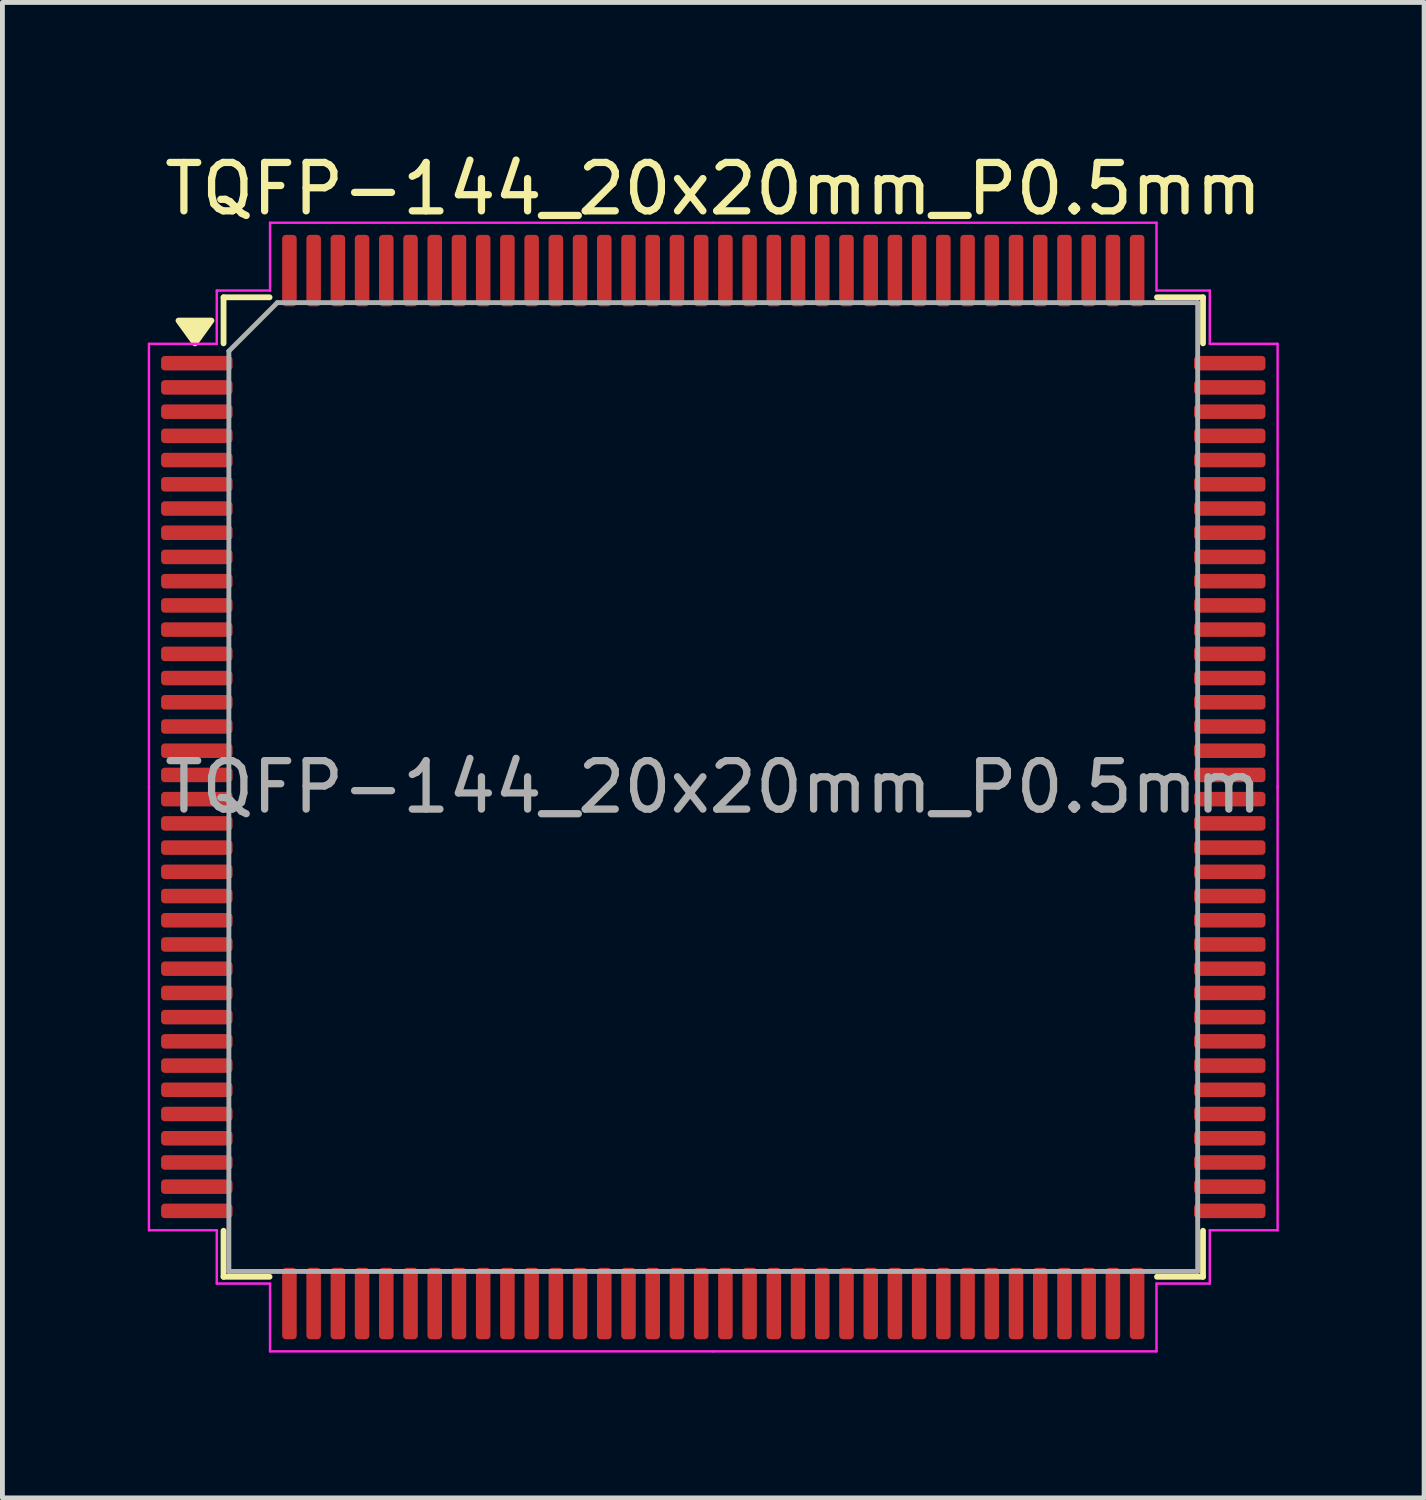
<source format=kicad_pcb>
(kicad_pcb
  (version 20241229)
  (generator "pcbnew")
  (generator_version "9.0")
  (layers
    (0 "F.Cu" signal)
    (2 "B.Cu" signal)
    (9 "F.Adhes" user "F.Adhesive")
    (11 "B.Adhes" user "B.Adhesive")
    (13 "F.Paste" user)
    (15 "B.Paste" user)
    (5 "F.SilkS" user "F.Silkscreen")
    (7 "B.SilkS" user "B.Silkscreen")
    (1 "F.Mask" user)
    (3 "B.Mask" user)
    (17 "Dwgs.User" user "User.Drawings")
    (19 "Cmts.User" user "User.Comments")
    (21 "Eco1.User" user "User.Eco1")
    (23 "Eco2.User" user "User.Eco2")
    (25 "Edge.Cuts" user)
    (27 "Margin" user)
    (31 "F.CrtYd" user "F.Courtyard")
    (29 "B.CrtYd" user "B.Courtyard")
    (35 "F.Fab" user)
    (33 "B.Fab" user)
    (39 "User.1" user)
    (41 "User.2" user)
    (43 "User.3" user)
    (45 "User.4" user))
  (footprint "TQFP-144_20x20mm_P0.5mm"
    (layer "F.Cu")
    (at 11.675 13.198)
    (property "Reference" "TQFP-144_20x20mm_P0.5mm" (at 0 -12.35 0) (layer "F.SilkS") (effects (font (size 1 1) (thickness 0.15))))
    (attr smd)
    (fp_line (start -10.11 -10.11) (end -10.11 -9.16) (stroke (width 0.12) (type solid)) (layer "F.SilkS"))
    (fp_line (start -10.11 10.11) (end -10.11 9.16) (stroke (width 0.12) (type solid)) (layer "F.SilkS"))
    (fp_line (start -9.16 -10.11) (end -10.11 -10.11) (stroke (width 0.12) (type solid)) (layer "F.SilkS"))
    (fp_line (start -9.16 10.11) (end -10.11 10.11) (stroke (width 0.12) (type solid)) (layer "F.SilkS"))
    (fp_line (start 9.16 -10.11) (end 10.11 -10.11) (stroke (width 0.12) (type solid)) (layer "F.SilkS"))
    (fp_line (start 9.16 10.11) (end 10.11 10.11) (stroke (width 0.12) (type solid)) (layer "F.SilkS"))
    (fp_line (start 10.11 -10.11) (end 10.11 -9.16) (stroke (width 0.12) (type solid)) (layer "F.SilkS"))
    (fp_line (start 10.11 10.11) (end 10.11 9.16) (stroke (width 0.12) (type solid)) (layer "F.SilkS"))
    (fp_poly (pts (xy -10.7 -9.16) (xy -11.04 -9.63) (xy -10.36 -9.63) (xy -10.7 -9.16)) (stroke (width 0.12) (type solid)) (fill yes) (layer "F.SilkS"))
    (fp_line (start -11.65 -9.15) (end -11.65 0) (stroke (width 0.05) (type solid)) (layer "F.CrtYd"))
    (fp_line (start -11.65 9.15) (end -11.65 0) (stroke (width 0.05) (type solid)) (layer "F.CrtYd"))
    (fp_line (start -10.25 -10.25) (end -10.25 -9.15) (stroke (width 0.05) (type solid)) (layer "F.CrtYd"))
    (fp_line (start -10.25 -9.15) (end -11.65 -9.15) (stroke (width 0.05) (type solid)) (layer "F.CrtYd"))
    (fp_line (start -10.25 9.15) (end -11.65 9.15) (stroke (width 0.05) (type solid)) (layer "F.CrtYd"))
    (fp_line (start -10.25 10.25) (end -10.25 9.15) (stroke (width 0.05) (type solid)) (layer "F.CrtYd"))
    (fp_line (start -9.15 -11.65) (end -9.15 -10.25) (stroke (width 0.05) (type solid)) (layer "F.CrtYd"))
    (fp_line (start -9.15 -10.25) (end -10.25 -10.25) (stroke (width 0.05) (type solid)) (layer "F.CrtYd"))
    (fp_line (start -9.15 10.25) (end -10.25 10.25) (stroke (width 0.05) (type solid)) (layer "F.CrtYd"))
    (fp_line (start -9.15 11.65) (end -9.15 10.25) (stroke (width 0.05) (type solid)) (layer "F.CrtYd"))
    (fp_line (start 0 -11.65) (end -9.15 -11.65) (stroke (width 0.05) (type solid)) (layer "F.CrtYd"))
    (fp_line (start 0 -11.65) (end 9.15 -11.65) (stroke (width 0.05) (type solid)) (layer "F.CrtYd"))
    (fp_line (start 0 11.65) (end -9.15 11.65) (stroke (width 0.05) (type solid)) (layer "F.CrtYd"))
    (fp_line (start 0 11.65) (end 9.15 11.65) (stroke (width 0.05) (type solid)) (layer "F.CrtYd"))
    (fp_line (start 9.15 -11.65) (end 9.15 -10.25) (stroke (width 0.05) (type solid)) (layer "F.CrtYd"))
    (fp_line (start 9.15 -10.25) (end 10.25 -10.25) (stroke (width 0.05) (type solid)) (layer "F.CrtYd"))
    (fp_line (start 9.15 10.25) (end 10.25 10.25) (stroke (width 0.05) (type solid)) (layer "F.CrtYd"))
    (fp_line (start 9.15 11.65) (end 9.15 10.25) (stroke (width 0.05) (type solid)) (layer "F.CrtYd"))
    (fp_line (start 10.25 -10.25) (end 10.25 -9.15) (stroke (width 0.05) (type solid)) (layer "F.CrtYd"))
    (fp_line (start 10.25 -9.15) (end 11.65 -9.15) (stroke (width 0.05) (type solid)) (layer "F.CrtYd"))
    (fp_line (start 10.25 9.15) (end 11.65 9.15) (stroke (width 0.05) (type solid)) (layer "F.CrtYd"))
    (fp_line (start 10.25 10.25) (end 10.25 9.15) (stroke (width 0.05) (type solid)) (layer "F.CrtYd"))
    (fp_line (start 11.65 -9.15) (end 11.65 0) (stroke (width 0.05) (type solid)) (layer "F.CrtYd"))
    (fp_line (start 11.65 9.15) (end 11.65 0) (stroke (width 0.05) (type solid)) (layer "F.CrtYd"))
    (fp_line (start -10 -9) (end -9 -10) (stroke (width 0.1) (type solid)) (layer "F.Fab"))
    (fp_line (start -10 10) (end -10 -9) (stroke (width 0.1) (type solid)) (layer "F.Fab"))
    (fp_line (start -9 -10) (end 10 -10) (stroke (width 0.1) (type solid)) (layer "F.Fab"))
    (fp_line (start 10 -10) (end 10 10) (stroke (width 0.1) (type solid)) (layer "F.Fab"))
    (fp_line (start 10 10) (end -10 10) (stroke (width 0.1) (type solid)) (layer "F.Fab"))
    (fp_text user "${REFERENCE}" (at 0 0 0) (layer "F.Fab") (effects (font (size 1 1) (thickness 0.15))))
    (pad "1" smd roundrect (at -10.662 -8.75) (size 1.475 0.3) (layers "F.Cu" "F.Mask" "F.Paste") (roundrect_rratio 0.25))
    (pad "2" smd roundrect (at -10.662 -8.25) (size 1.475 0.3) (layers "F.Cu" "F.Mask" "F.Paste") (roundrect_rratio 0.25))
    (pad "3" smd roundrect (at -10.662 -7.75) (size 1.475 0.3) (layers "F.Cu" "F.Mask" "F.Paste") (roundrect_rratio 0.25))
    (pad "4" smd roundrect (at -10.662 -7.25) (size 1.475 0.3) (layers "F.Cu" "F.Mask" "F.Paste") (roundrect_rratio 0.25))
    (pad "5" smd roundrect (at -10.662 -6.75) (size 1.475 0.3) (layers "F.Cu" "F.Mask" "F.Paste") (roundrect_rratio 0.25))
    (pad "6" smd roundrect (at -10.662 -6.25) (size 1.475 0.3) (layers "F.Cu" "F.Mask" "F.Paste") (roundrect_rratio 0.25))
    (pad "7" smd roundrect (at -10.662 -5.75) (size 1.475 0.3) (layers "F.Cu" "F.Mask" "F.Paste") (roundrect_rratio 0.25))
    (pad "8" smd roundrect (at -10.662 -5.25) (size 1.475 0.3) (layers "F.Cu" "F.Mask" "F.Paste") (roundrect_rratio 0.25))
    (pad "9" smd roundrect (at -10.662 -4.75) (size 1.475 0.3) (layers "F.Cu" "F.Mask" "F.Paste") (roundrect_rratio 0.25))
    (pad "10" smd roundrect (at -10.662 -4.25) (size 1.475 0.3) (layers "F.Cu" "F.Mask" "F.Paste") (roundrect_rratio 0.25))
    (pad "11" smd roundrect (at -10.662 -3.75) (size 1.475 0.3) (layers "F.Cu" "F.Mask" "F.Paste") (roundrect_rratio 0.25))
    (pad "12" smd roundrect (at -10.662 -3.25) (size 1.475 0.3) (layers "F.Cu" "F.Mask" "F.Paste") (roundrect_rratio 0.25))
    (pad "13" smd roundrect (at -10.662 -2.75) (size 1.475 0.3) (layers "F.Cu" "F.Mask" "F.Paste") (roundrect_rratio 0.25))
    (pad "14" smd roundrect (at -10.662 -2.25) (size 1.475 0.3) (layers "F.Cu" "F.Mask" "F.Paste") (roundrect_rratio 0.25))
    (pad "15" smd roundrect (at -10.662 -1.75) (size 1.475 0.3) (layers "F.Cu" "F.Mask" "F.Paste") (roundrect_rratio 0.25))
    (pad "16" smd roundrect (at -10.662 -1.25) (size 1.475 0.3) (layers "F.Cu" "F.Mask" "F.Paste") (roundrect_rratio 0.25))
    (pad "17" smd roundrect (at -10.662 -0.75) (size 1.475 0.3) (layers "F.Cu" "F.Mask" "F.Paste") (roundrect_rratio 0.25))
    (pad "18" smd roundrect (at -10.662 -0.25) (size 1.475 0.3) (layers "F.Cu" "F.Mask" "F.Paste") (roundrect_rratio 0.25))
    (pad "19" smd roundrect (at -10.662 0.25) (size 1.475 0.3) (layers "F.Cu" "F.Mask" "F.Paste") (roundrect_rratio 0.25))
    (pad "20" smd roundrect (at -10.662 0.75) (size 1.475 0.3) (layers "F.Cu" "F.Mask" "F.Paste") (roundrect_rratio 0.25))
    (pad "21" smd roundrect (at -10.662 1.25) (size 1.475 0.3) (layers "F.Cu" "F.Mask" "F.Paste") (roundrect_rratio 0.25))
    (pad "22" smd roundrect (at -10.662 1.75) (size 1.475 0.3) (layers "F.Cu" "F.Mask" "F.Paste") (roundrect_rratio 0.25))
    (pad "23" smd roundrect (at -10.662 2.25) (size 1.475 0.3) (layers "F.Cu" "F.Mask" "F.Paste") (roundrect_rratio 0.25))
    (pad "24" smd roundrect (at -10.662 2.75) (size 1.475 0.3) (layers "F.Cu" "F.Mask" "F.Paste") (roundrect_rratio 0.25))
    (pad "25" smd roundrect (at -10.662 3.25) (size 1.475 0.3) (layers "F.Cu" "F.Mask" "F.Paste") (roundrect_rratio 0.25))
    (pad "26" smd roundrect (at -10.662 3.75) (size 1.475 0.3) (layers "F.Cu" "F.Mask" "F.Paste") (roundrect_rratio 0.25))
    (pad "27" smd roundrect (at -10.662 4.25) (size 1.475 0.3) (layers "F.Cu" "F.Mask" "F.Paste") (roundrect_rratio 0.25))
    (pad "28" smd roundrect (at -10.662 4.75) (size 1.475 0.3) (layers "F.Cu" "F.Mask" "F.Paste") (roundrect_rratio 0.25))
    (pad "29" smd roundrect (at -10.662 5.25) (size 1.475 0.3) (layers "F.Cu" "F.Mask" "F.Paste") (roundrect_rratio 0.25))
    (pad "30" smd roundrect (at -10.662 5.75) (size 1.475 0.3) (layers "F.Cu" "F.Mask" "F.Paste") (roundrect_rratio 0.25))
    (pad "31" smd roundrect (at -10.662 6.25) (size 1.475 0.3) (layers "F.Cu" "F.Mask" "F.Paste") (roundrect_rratio 0.25))
    (pad "32" smd roundrect (at -10.662 6.75) (size 1.475 0.3) (layers "F.Cu" "F.Mask" "F.Paste") (roundrect_rratio 0.25))
    (pad "33" smd roundrect (at -10.662 7.25) (size 1.475 0.3) (layers "F.Cu" "F.Mask" "F.Paste") (roundrect_rratio 0.25))
    (pad "34" smd roundrect (at -10.662 7.75) (size 1.475 0.3) (layers "F.Cu" "F.Mask" "F.Paste") (roundrect_rratio 0.25))
    (pad "35" smd roundrect (at -10.662 8.25) (size 1.475 0.3) (layers "F.Cu" "F.Mask" "F.Paste") (roundrect_rratio 0.25))
    (pad "36" smd roundrect (at -10.662 8.75) (size 1.475 0.3) (layers "F.Cu" "F.Mask" "F.Paste") (roundrect_rratio 0.25))
    (pad "37" smd roundrect (at -8.75 10.662) (size 0.3 1.475) (layers "F.Cu" "F.Mask" "F.Paste") (roundrect_rratio 0.25))
    (pad "38" smd roundrect (at -8.25 10.662) (size 0.3 1.475) (layers "F.Cu" "F.Mask" "F.Paste") (roundrect_rratio 0.25))
    (pad "39" smd roundrect (at -7.75 10.662) (size 0.3 1.475) (layers "F.Cu" "F.Mask" "F.Paste") (roundrect_rratio 0.25))
    (pad "40" smd roundrect (at -7.25 10.662) (size 0.3 1.475) (layers "F.Cu" "F.Mask" "F.Paste") (roundrect_rratio 0.25))
    (pad "41" smd roundrect (at -6.75 10.662) (size 0.3 1.475) (layers "F.Cu" "F.Mask" "F.Paste") (roundrect_rratio 0.25))
    (pad "42" smd roundrect (at -6.25 10.662) (size 0.3 1.475) (layers "F.Cu" "F.Mask" "F.Paste") (roundrect_rratio 0.25))
    (pad "43" smd roundrect (at -5.75 10.662) (size 0.3 1.475) (layers "F.Cu" "F.Mask" "F.Paste") (roundrect_rratio 0.25))
    (pad "44" smd roundrect (at -5.25 10.662) (size 0.3 1.475) (layers "F.Cu" "F.Mask" "F.Paste") (roundrect_rratio 0.25))
    (pad "45" smd roundrect (at -4.75 10.662) (size 0.3 1.475) (layers "F.Cu" "F.Mask" "F.Paste") (roundrect_rratio 0.25))
    (pad "46" smd roundrect (at -4.25 10.662) (size 0.3 1.475) (layers "F.Cu" "F.Mask" "F.Paste") (roundrect_rratio 0.25))
    (pad "47" smd roundrect (at -3.75 10.662) (size 0.3 1.475) (layers "F.Cu" "F.Mask" "F.Paste") (roundrect_rratio 0.25))
    (pad "48" smd roundrect (at -3.25 10.662) (size 0.3 1.475) (layers "F.Cu" "F.Mask" "F.Paste") (roundrect_rratio 0.25))
    (pad "49" smd roundrect (at -2.75 10.662) (size 0.3 1.475) (layers "F.Cu" "F.Mask" "F.Paste") (roundrect_rratio 0.25))
    (pad "50" smd roundrect (at -2.25 10.662) (size 0.3 1.475) (layers "F.Cu" "F.Mask" "F.Paste") (roundrect_rratio 0.25))
    (pad "51" smd roundrect (at -1.75 10.662) (size 0.3 1.475) (layers "F.Cu" "F.Mask" "F.Paste") (roundrect_rratio 0.25))
    (pad "52" smd roundrect (at -1.25 10.662) (size 0.3 1.475) (layers "F.Cu" "F.Mask" "F.Paste") (roundrect_rratio 0.25))
    (pad "53" smd roundrect (at -0.75 10.662) (size 0.3 1.475) (layers "F.Cu" "F.Mask" "F.Paste") (roundrect_rratio 0.25))
    (pad "54" smd roundrect (at -0.25 10.662) (size 0.3 1.475) (layers "F.Cu" "F.Mask" "F.Paste") (roundrect_rratio 0.25))
    (pad "55" smd roundrect (at 0.25 10.662) (size 0.3 1.475) (layers "F.Cu" "F.Mask" "F.Paste") (roundrect_rratio 0.25))
    (pad "56" smd roundrect (at 0.75 10.662) (size 0.3 1.475) (layers "F.Cu" "F.Mask" "F.Paste") (roundrect_rratio 0.25))
    (pad "57" smd roundrect (at 1.25 10.662) (size 0.3 1.475) (layers "F.Cu" "F.Mask" "F.Paste") (roundrect_rratio 0.25))
    (pad "58" smd roundrect (at 1.75 10.662) (size 0.3 1.475) (layers "F.Cu" "F.Mask" "F.Paste") (roundrect_rratio 0.25))
    (pad "59" smd roundrect (at 2.25 10.662) (size 0.3 1.475) (layers "F.Cu" "F.Mask" "F.Paste") (roundrect_rratio 0.25))
    (pad "60" smd roundrect (at 2.75 10.662) (size 0.3 1.475) (layers "F.Cu" "F.Mask" "F.Paste") (roundrect_rratio 0.25))
    (pad "61" smd roundrect (at 3.25 10.662) (size 0.3 1.475) (layers "F.Cu" "F.Mask" "F.Paste") (roundrect_rratio 0.25))
    (pad "62" smd roundrect (at 3.75 10.662) (size 0.3 1.475) (layers "F.Cu" "F.Mask" "F.Paste") (roundrect_rratio 0.25))
    (pad "63" smd roundrect (at 4.25 10.662) (size 0.3 1.475) (layers "F.Cu" "F.Mask" "F.Paste") (roundrect_rratio 0.25))
    (pad "64" smd roundrect (at 4.75 10.662) (size 0.3 1.475) (layers "F.Cu" "F.Mask" "F.Paste") (roundrect_rratio 0.25))
    (pad "65" smd roundrect (at 5.25 10.662) (size 0.3 1.475) (layers "F.Cu" "F.Mask" "F.Paste") (roundrect_rratio 0.25))
    (pad "66" smd roundrect (at 5.75 10.662) (size 0.3 1.475) (layers "F.Cu" "F.Mask" "F.Paste") (roundrect_rratio 0.25))
    (pad "67" smd roundrect (at 6.25 10.662) (size 0.3 1.475) (layers "F.Cu" "F.Mask" "F.Paste") (roundrect_rratio 0.25))
    (pad "68" smd roundrect (at 6.75 10.662) (size 0.3 1.475) (layers "F.Cu" "F.Mask" "F.Paste") (roundrect_rratio 0.25))
    (pad "69" smd roundrect (at 7.25 10.662) (size 0.3 1.475) (layers "F.Cu" "F.Mask" "F.Paste") (roundrect_rratio 0.25))
    (pad "70" smd roundrect (at 7.75 10.662) (size 0.3 1.475) (layers "F.Cu" "F.Mask" "F.Paste") (roundrect_rratio 0.25))
    (pad "71" smd roundrect (at 8.25 10.662) (size 0.3 1.475) (layers "F.Cu" "F.Mask" "F.Paste") (roundrect_rratio 0.25))
    (pad "72" smd roundrect (at 8.75 10.662) (size 0.3 1.475) (layers "F.Cu" "F.Mask" "F.Paste") (roundrect_rratio 0.25))
    (pad "73" smd roundrect (at 10.662 8.75) (size 1.475 0.3) (layers "F.Cu" "F.Mask" "F.Paste") (roundrect_rratio 0.25))
    (pad "74" smd roundrect (at 10.662 8.25) (size 1.475 0.3) (layers "F.Cu" "F.Mask" "F.Paste") (roundrect_rratio 0.25))
    (pad "75" smd roundrect (at 10.662 7.75) (size 1.475 0.3) (layers "F.Cu" "F.Mask" "F.Paste") (roundrect_rratio 0.25))
    (pad "76" smd roundrect (at 10.662 7.25) (size 1.475 0.3) (layers "F.Cu" "F.Mask" "F.Paste") (roundrect_rratio 0.25))
    (pad "77" smd roundrect (at 10.662 6.75) (size 1.475 0.3) (layers "F.Cu" "F.Mask" "F.Paste") (roundrect_rratio 0.25))
    (pad "78" smd roundrect (at 10.662 6.25) (size 1.475 0.3) (layers "F.Cu" "F.Mask" "F.Paste") (roundrect_rratio 0.25))
    (pad "79" smd roundrect (at 10.662 5.75) (size 1.475 0.3) (layers "F.Cu" "F.Mask" "F.Paste") (roundrect_rratio 0.25))
    (pad "80" smd roundrect (at 10.662 5.25) (size 1.475 0.3) (layers "F.Cu" "F.Mask" "F.Paste") (roundrect_rratio 0.25))
    (pad "81" smd roundrect (at 10.662 4.75) (size 1.475 0.3) (layers "F.Cu" "F.Mask" "F.Paste") (roundrect_rratio 0.25))
    (pad "82" smd roundrect (at 10.662 4.25) (size 1.475 0.3) (layers "F.Cu" "F.Mask" "F.Paste") (roundrect_rratio 0.25))
    (pad "83" smd roundrect (at 10.662 3.75) (size 1.475 0.3) (layers "F.Cu" "F.Mask" "F.Paste") (roundrect_rratio 0.25))
    (pad "84" smd roundrect (at 10.662 3.25) (size 1.475 0.3) (layers "F.Cu" "F.Mask" "F.Paste") (roundrect_rratio 0.25))
    (pad "85" smd roundrect (at 10.662 2.75) (size 1.475 0.3) (layers "F.Cu" "F.Mask" "F.Paste") (roundrect_rratio 0.25))
    (pad "86" smd roundrect (at 10.662 2.25) (size 1.475 0.3) (layers "F.Cu" "F.Mask" "F.Paste") (roundrect_rratio 0.25))
    (pad "87" smd roundrect (at 10.662 1.75) (size 1.475 0.3) (layers "F.Cu" "F.Mask" "F.Paste") (roundrect_rratio 0.25))
    (pad "88" smd roundrect (at 10.662 1.25) (size 1.475 0.3) (layers "F.Cu" "F.Mask" "F.Paste") (roundrect_rratio 0.25))
    (pad "89" smd roundrect (at 10.662 0.75) (size 1.475 0.3) (layers "F.Cu" "F.Mask" "F.Paste") (roundrect_rratio 0.25))
    (pad "90" smd roundrect (at 10.662 0.25) (size 1.475 0.3) (layers "F.Cu" "F.Mask" "F.Paste") (roundrect_rratio 0.25))
    (pad "91" smd roundrect (at 10.662 -0.25) (size 1.475 0.3) (layers "F.Cu" "F.Mask" "F.Paste") (roundrect_rratio 0.25))
    (pad "92" smd roundrect (at 10.662 -0.75) (size 1.475 0.3) (layers "F.Cu" "F.Mask" "F.Paste") (roundrect_rratio 0.25))
    (pad "93" smd roundrect (at 10.662 -1.25) (size 1.475 0.3) (layers "F.Cu" "F.Mask" "F.Paste") (roundrect_rratio 0.25))
    (pad "94" smd roundrect (at 10.662 -1.75) (size 1.475 0.3) (layers "F.Cu" "F.Mask" "F.Paste") (roundrect_rratio 0.25))
    (pad "95" smd roundrect (at 10.662 -2.25) (size 1.475 0.3) (layers "F.Cu" "F.Mask" "F.Paste") (roundrect_rratio 0.25))
    (pad "96" smd roundrect (at 10.662 -2.75) (size 1.475 0.3) (layers "F.Cu" "F.Mask" "F.Paste") (roundrect_rratio 0.25))
    (pad "97" smd roundrect (at 10.662 -3.25) (size 1.475 0.3) (layers "F.Cu" "F.Mask" "F.Paste") (roundrect_rratio 0.25))
    (pad "98" smd roundrect (at 10.662 -3.75) (size 1.475 0.3) (layers "F.Cu" "F.Mask" "F.Paste") (roundrect_rratio 0.25))
    (pad "99" smd roundrect (at 10.662 -4.25) (size 1.475 0.3) (layers "F.Cu" "F.Mask" "F.Paste") (roundrect_rratio 0.25))
    (pad "100" smd roundrect (at 10.662 -4.75) (size 1.475 0.3) (layers "F.Cu" "F.Mask" "F.Paste") (roundrect_rratio 0.25))
    (pad "101" smd roundrect (at 10.662 -5.25) (size 1.475 0.3) (layers "F.Cu" "F.Mask" "F.Paste") (roundrect_rratio 0.25))
    (pad "102" smd roundrect (at 10.662 -5.75) (size 1.475 0.3) (layers "F.Cu" "F.Mask" "F.Paste") (roundrect_rratio 0.25))
    (pad "103" smd roundrect (at 10.662 -6.25) (size 1.475 0.3) (layers "F.Cu" "F.Mask" "F.Paste") (roundrect_rratio 0.25))
    (pad "104" smd roundrect (at 10.662 -6.75) (size 1.475 0.3) (layers "F.Cu" "F.Mask" "F.Paste") (roundrect_rratio 0.25))
    (pad "105" smd roundrect (at 10.662 -7.25) (size 1.475 0.3) (layers "F.Cu" "F.Mask" "F.Paste") (roundrect_rratio 0.25))
    (pad "106" smd roundrect (at 10.662 -7.75) (size 1.475 0.3) (layers "F.Cu" "F.Mask" "F.Paste") (roundrect_rratio 0.25))
    (pad "107" smd roundrect (at 10.662 -8.25) (size 1.475 0.3) (layers "F.Cu" "F.Mask" "F.Paste") (roundrect_rratio 0.25))
    (pad "108" smd roundrect (at 10.662 -8.75) (size 1.475 0.3) (layers "F.Cu" "F.Mask" "F.Paste") (roundrect_rratio 0.25))
    (pad "109" smd roundrect (at 8.75 -10.662) (size 0.3 1.475) (layers "F.Cu" "F.Mask" "F.Paste") (roundrect_rratio 0.25))
    (pad "110" smd roundrect (at 8.25 -10.662) (size 0.3 1.475) (layers "F.Cu" "F.Mask" "F.Paste") (roundrect_rratio 0.25))
    (pad "111" smd roundrect (at 7.75 -10.662) (size 0.3 1.475) (layers "F.Cu" "F.Mask" "F.Paste") (roundrect_rratio 0.25))
    (pad "112" smd roundrect (at 7.25 -10.662) (size 0.3 1.475) (layers "F.Cu" "F.Mask" "F.Paste") (roundrect_rratio 0.25))
    (pad "113" smd roundrect (at 6.75 -10.662) (size 0.3 1.475) (layers "F.Cu" "F.Mask" "F.Paste") (roundrect_rratio 0.25))
    (pad "114" smd roundrect (at 6.25 -10.662) (size 0.3 1.475) (layers "F.Cu" "F.Mask" "F.Paste") (roundrect_rratio 0.25))
    (pad "115" smd roundrect (at 5.75 -10.662) (size 0.3 1.475) (layers "F.Cu" "F.Mask" "F.Paste") (roundrect_rratio 0.25))
    (pad "116" smd roundrect (at 5.25 -10.662) (size 0.3 1.475) (layers "F.Cu" "F.Mask" "F.Paste") (roundrect_rratio 0.25))
    (pad "117" smd roundrect (at 4.75 -10.662) (size 0.3 1.475) (layers "F.Cu" "F.Mask" "F.Paste") (roundrect_rratio 0.25))
    (pad "118" smd roundrect (at 4.25 -10.662) (size 0.3 1.475) (layers "F.Cu" "F.Mask" "F.Paste") (roundrect_rratio 0.25))
    (pad "119" smd roundrect (at 3.75 -10.662) (size 0.3 1.475) (layers "F.Cu" "F.Mask" "F.Paste") (roundrect_rratio 0.25))
    (pad "120" smd roundrect (at 3.25 -10.662) (size 0.3 1.475) (layers "F.Cu" "F.Mask" "F.Paste") (roundrect_rratio 0.25))
    (pad "121" smd roundrect (at 2.75 -10.662) (size 0.3 1.475) (layers "F.Cu" "F.Mask" "F.Paste") (roundrect_rratio 0.25))
    (pad "122" smd roundrect (at 2.25 -10.662) (size 0.3 1.475) (layers "F.Cu" "F.Mask" "F.Paste") (roundrect_rratio 0.25))
    (pad "123" smd roundrect (at 1.75 -10.662) (size 0.3 1.475) (layers "F.Cu" "F.Mask" "F.Paste") (roundrect_rratio 0.25))
    (pad "124" smd roundrect (at 1.25 -10.662) (size 0.3 1.475) (layers "F.Cu" "F.Mask" "F.Paste") (roundrect_rratio 0.25))
    (pad "125" smd roundrect (at 0.75 -10.662) (size 0.3 1.475) (layers "F.Cu" "F.Mask" "F.Paste") (roundrect_rratio 0.25))
    (pad "126" smd roundrect (at 0.25 -10.662) (size 0.3 1.475) (layers "F.Cu" "F.Mask" "F.Paste") (roundrect_rratio 0.25))
    (pad "127" smd roundrect (at -0.25 -10.662) (size 0.3 1.475) (layers "F.Cu" "F.Mask" "F.Paste") (roundrect_rratio 0.25))
    (pad "128" smd roundrect (at -0.75 -10.662) (size 0.3 1.475) (layers "F.Cu" "F.Mask" "F.Paste") (roundrect_rratio 0.25))
    (pad "129" smd roundrect (at -1.25 -10.662) (size 0.3 1.475) (layers "F.Cu" "F.Mask" "F.Paste") (roundrect_rratio 0.25))
    (pad "130" smd roundrect (at -1.75 -10.662) (size 0.3 1.475) (layers "F.Cu" "F.Mask" "F.Paste") (roundrect_rratio 0.25))
    (pad "131" smd roundrect (at -2.25 -10.662) (size 0.3 1.475) (layers "F.Cu" "F.Mask" "F.Paste") (roundrect_rratio 0.25))
    (pad "132" smd roundrect (at -2.75 -10.662) (size 0.3 1.475) (layers "F.Cu" "F.Mask" "F.Paste") (roundrect_rratio 0.25))
    (pad "133" smd roundrect (at -3.25 -10.662) (size 0.3 1.475) (layers "F.Cu" "F.Mask" "F.Paste") (roundrect_rratio 0.25))
    (pad "134" smd roundrect (at -3.75 -10.662) (size 0.3 1.475) (layers "F.Cu" "F.Mask" "F.Paste") (roundrect_rratio 0.25))
    (pad "135" smd roundrect (at -4.25 -10.662) (size 0.3 1.475) (layers "F.Cu" "F.Mask" "F.Paste") (roundrect_rratio 0.25))
    (pad "136" smd roundrect (at -4.75 -10.662) (size 0.3 1.475) (layers "F.Cu" "F.Mask" "F.Paste") (roundrect_rratio 0.25))
    (pad "137" smd roundrect (at -5.25 -10.662) (size 0.3 1.475) (layers "F.Cu" "F.Mask" "F.Paste") (roundrect_rratio 0.25))
    (pad "138" smd roundrect (at -5.75 -10.662) (size 0.3 1.475) (layers "F.Cu" "F.Mask" "F.Paste") (roundrect_rratio 0.25))
    (pad "139" smd roundrect (at -6.25 -10.662) (size 0.3 1.475) (layers "F.Cu" "F.Mask" "F.Paste") (roundrect_rratio 0.25))
    (pad "140" smd roundrect (at -6.75 -10.662) (size 0.3 1.475) (layers "F.Cu" "F.Mask" "F.Paste") (roundrect_rratio 0.25))
    (pad "141" smd roundrect (at -7.25 -10.662) (size 0.3 1.475) (layers "F.Cu" "F.Mask" "F.Paste") (roundrect_rratio 0.25))
    (pad "142" smd roundrect (at -7.75 -10.662) (size 0.3 1.475) (layers "F.Cu" "F.Mask" "F.Paste") (roundrect_rratio 0.25))
    (pad "143" smd roundrect (at -8.25 -10.662) (size 0.3 1.475) (layers "F.Cu" "F.Mask" "F.Paste") (roundrect_rratio 0.25))
    (pad "144" smd roundrect (at -8.75 -10.662) (size 0.3 1.475) (layers "F.Cu" "F.Mask" "F.Paste") (roundrect_rratio 0.25)))
  (gr_rect
    (start -3 -3)
    (end 26.35 27.873)
    (stroke (width 0.1) (type default))
    (fill no)
    (layer "Edge.Cuts")))
</source>
